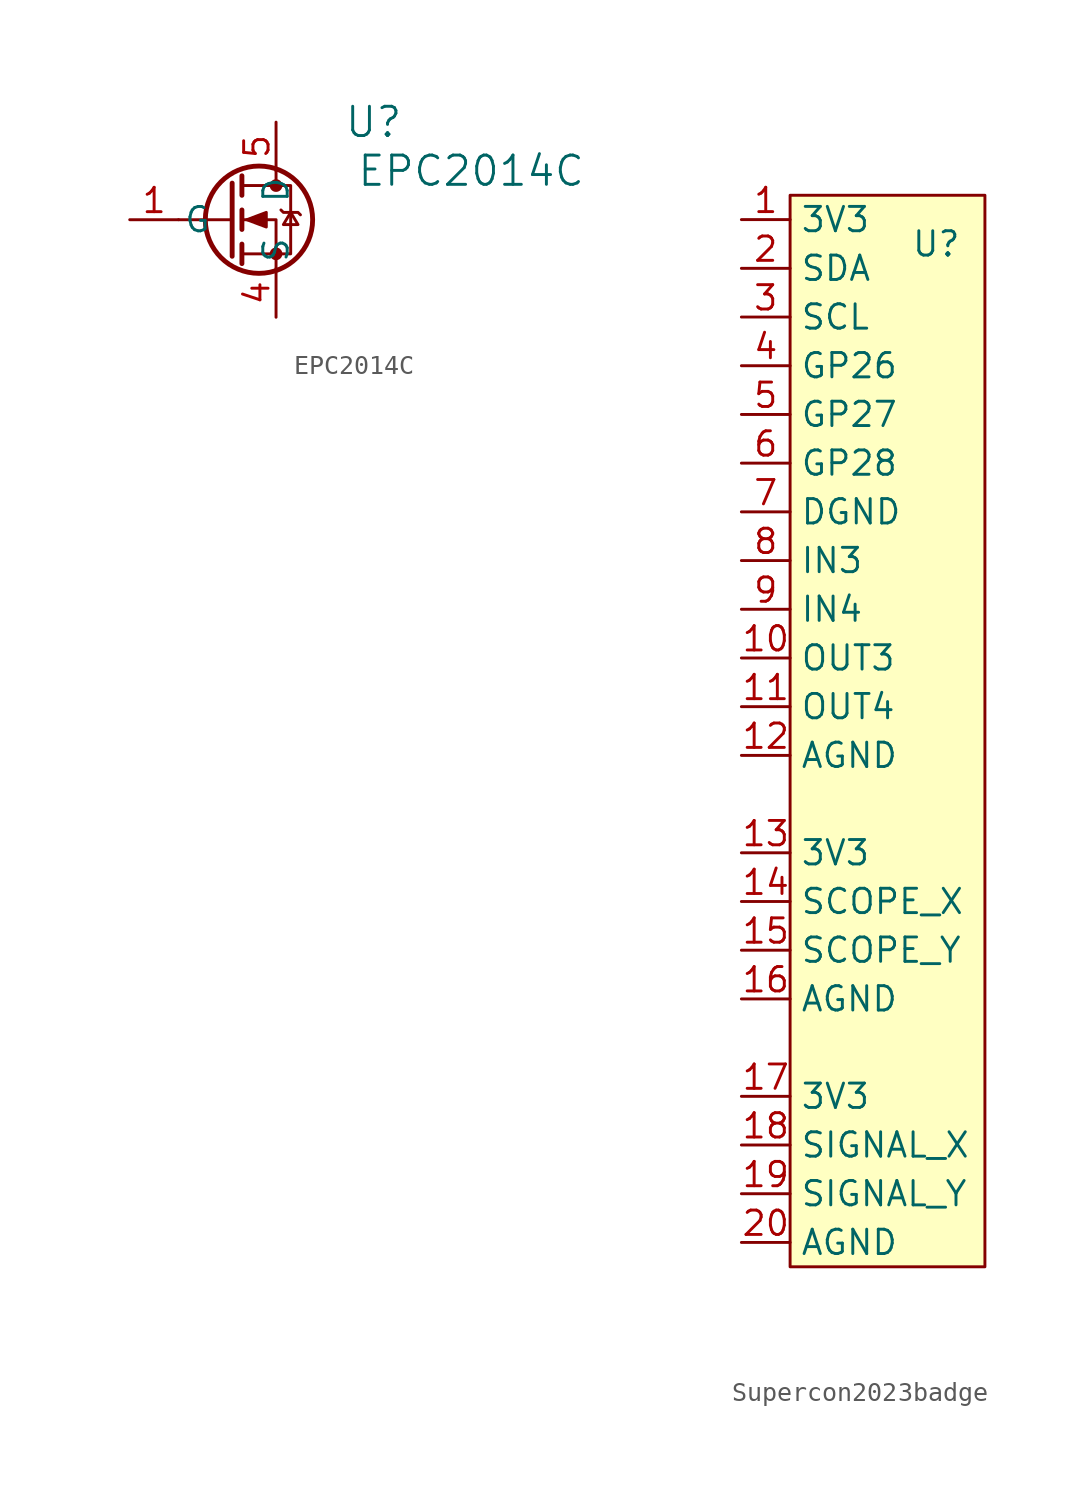
<source format=kicad_sym>
(kicad_symbol_lib
  (version 20220914)
  (generator kicad_symbol_editor)
  (symbol "EPC2014C"
    (pin_names
      (offset 0.254))
    (property "Reference" "U"
      (at 12.7 5.08 0)
      (effects (font (size 1.524 1.524))))
    (property "Value" "EPC2014C"
      (at 17.78 2.54 0)
      (effects (font (size 1.524 1.524))))
    (property "ki_locked" ""
      (at 0 0 0)
      (effects (font (size 1.27 1.27))))
    (symbol "EPC2014C_0_1"
      (polyline (pts (xy 5.334 0) (xy 2.54 0)) (stroke (width 0) (type default)) (fill (type none)))
      (polyline (pts (xy 5.334 1.905) (xy 5.334 -1.905)) (stroke (width 0.254) (type default)) (fill (type none)))
      (polyline (pts (xy 5.842 -1.27) (xy 5.842 -2.286)) (stroke (width 0.254) (type default)) (fill (type none)))
      (polyline (pts (xy 5.842 0.508) (xy 5.842 -0.508)) (stroke (width 0.254) (type default)) (fill (type none)))
      (polyline (pts (xy 5.842 2.286) (xy 5.842 1.27)) (stroke (width 0.254) (type default)) (fill (type none)))
      (polyline (pts (xy 7.62 2.54) (xy 7.62 1.778)) (stroke (width 0) (type default)) (fill (type none)))
      (polyline (pts (xy 7.62 -2.54) (xy 7.62 0) (xy 5.842 0)) (stroke (width 0) (type default)) (fill (type none)))
      (polyline (pts (xy 5.842 -1.778) (xy 8.382 -1.778) (xy 8.382 1.778) (xy 5.842 1.778)) (stroke (width 0) (type default)) (fill (type none)))
      (polyline (pts (xy 6.096 0) (xy 7.112 0.381) (xy 7.112 -0.381) (xy 6.096 0)) (stroke (width 0) (type default)) (fill (type outline)))
      (polyline (pts (xy 7.874 0.508) (xy 8.001 0.381) (xy 8.763 0.381) (xy 8.89 0.254)) (stroke (width 0) (type default)) (fill (type none)))
      (polyline (pts (xy 8.382 0.381) (xy 8.001 -0.254) (xy 8.763 -0.254) (xy 8.382 0.381)) (stroke (width 0) (type default)) (fill (type none)))
      (circle (center 6.731 0) (radius 2.794) (stroke (width 0.254) (type default)) (fill (type none)))
      (circle (center 7.62 -1.778) (radius 0.254) (stroke (width 0) (type default)) (fill (type outline)))
      (circle (center 7.62 1.778) (radius 0.254) (stroke (width 0) (type default)) (fill (type outline))))
    (symbol "EPC2014C_1_1"
      (pin input line (at 0 0 0) (length 2.54) (name "G" (effects (font (size 1.27 1.27)))) (number "1" (effects (font (size 1.27 1.27)))))
      (pin passive line (at 7.62 -5.08 90) (length 2.54) (name "S" (effects (font (size 1.27 1.27)))) (number "4" (effects (font (size 1.27 1.27)))))
      (pin passive line (at 7.62 5.08 270) (length 2.54) (name "D" (effects (font (size 1.27 1.27)))) (number "5" (effects (font (size 1.27 1.27)))))))
  (symbol "Supercon2023badge"
    (property "Reference" "U"
      (at 7.62 -1.27 0)
      (effects (font (size 1.27 1.27))))
    (property "Value" ""
      (at 0 -2.54 0)
      (effects (font (size 1.27 1.27))))
    (symbol "Supercon2023badge_1_1"
      (rectangle (start 0 1.27) (end 10.16 -54.61) (stroke (width 0) (type default)) (fill (type background)))
      (pin power_in line (at -2.54 0 0) (length 2.54) (name "3V3" (effects (font (size 1.27 1.27)))) (number "1" (effects (font (size 1.27 1.27)))))
      (pin input line (at -2.54 -22.86 0) (length 2.54) (name "OUT3" (effects (font (size 1.27 1.27)))) (number "10" (effects (font (size 1.27 1.27)))))
      (pin input line (at -2.54 -25.4 0) (length 2.54) (name "OUT4" (effects (font (size 1.27 1.27)))) (number "11" (effects (font (size 1.27 1.27)))))
      (pin power_in line (at -2.54 -27.94 0) (length 2.54) (name "AGND" (effects (font (size 1.27 1.27)))) (number "12" (effects (font (size 1.27 1.27)))))
      (pin power_in line (at -2.54 -33.02 0) (length 2.54) (name "3V3" (effects (font (size 1.27 1.27)))) (number "13" (effects (font (size 1.27 1.27)))))
      (pin output line (at -2.54 -35.56 0) (length 2.54) (name "SCOPE_X" (effects (font (size 1.27 1.27)))) (number "14" (effects (font (size 1.27 1.27)))))
      (pin output line (at -2.54 -38.1 0) (length 2.54) (name "SCOPE_Y" (effects (font (size 1.27 1.27)))) (number "15" (effects (font (size 1.27 1.27)))))
      (pin output line (at -2.54 -40.64 0) (length 2.54) (name "AGND" (effects (font (size 1.27 1.27)))) (number "16" (effects (font (size 1.27 1.27)))))
      (pin power_in line (at -2.54 -45.72 0) (length 2.54) (name "3V3" (effects (font (size 1.27 1.27)))) (number "17" (effects (font (size 1.27 1.27)))))
      (pin input line (at -2.54 -48.26 0) (length 2.54) (name "SIGNAL_X" (effects (font (size 1.27 1.27)))) (number "18" (effects (font (size 1.27 1.27)))))
      (pin input line (at -2.54 -50.8 0) (length 2.54) (name "SIGNAL_Y" (effects (font (size 1.27 1.27)))) (number "19" (effects (font (size 1.27 1.27)))))
      (pin bidirectional line (at -2.54 -2.54 0) (length 2.54) (name "SDA" (effects (font (size 1.27 1.27)))) (number "2" (effects (font (size 1.27 1.27)))))
      (pin power_in line (at -2.54 -53.34 0) (length 2.54) (name "AGND" (effects (font (size 1.27 1.27)))) (number "20" (effects (font (size 1.27 1.27)))))
      (pin bidirectional line (at -2.54 -5.08 0) (length 2.54) (name "SCL" (effects (font (size 1.27 1.27)))) (number "3" (effects (font (size 1.27 1.27)))))
      (pin bidirectional line (at -2.54 -7.62 0) (length 2.54) (name "GP26" (effects (font (size 1.27 1.27)))) (number "4" (effects (font (size 1.27 1.27)))))
      (pin bidirectional line (at -2.54 -10.16 0) (length 2.54) (name "GP27" (effects (font (size 1.27 1.27)))) (number "5" (effects (font (size 1.27 1.27)))))
      (pin bidirectional line (at -2.54 -12.7 0) (length 2.54) (name "GP28" (effects (font (size 1.27 1.27)))) (number "6" (effects (font (size 1.27 1.27)))))
      (pin power_in line (at -2.54 -15.24 0) (length 2.54) (name "DGND" (effects (font (size 1.27 1.27)))) (number "7" (effects (font (size 1.27 1.27)))))
      (pin output line (at -2.54 -17.78 0) (length 2.54) (name "IN3" (effects (font (size 1.27 1.27)))) (number "8" (effects (font (size 1.27 1.27)))))
      (pin output line (at -2.54 -20.32 0) (length 2.54) (name "IN4" (effects (font (size 1.27 1.27)))) (number "9" (effects (font (size 1.27 1.27))))))))
</source>
